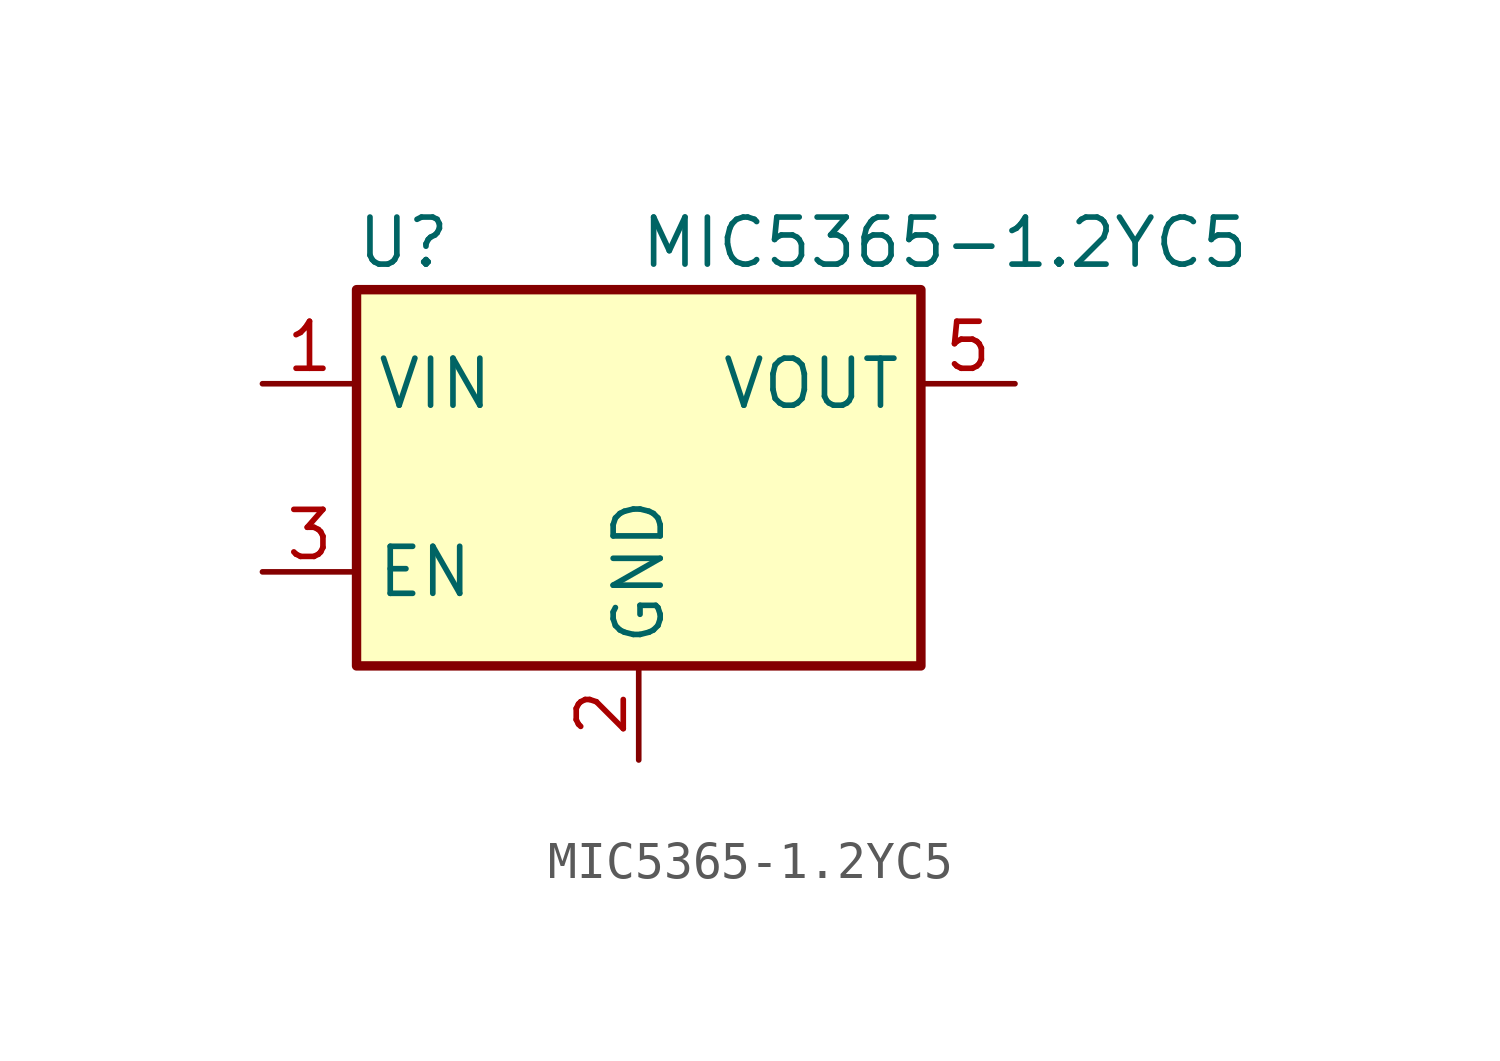
<source format=kicad_sym>
(kicad_symbol_lib
  (version 20211014)
  (generator kicad_symbol_editor)
  (symbol "MIC5365-1.2YC5"
    (property "Reference" "U"
      (at -6.35 6.35 0)
      (effects (font (size 1.27 1.27))))
    (property "Value" "MIC5365-1.2YC5"
      (at 0 6.35 0)
      (effects (font (size 1.27 1.27)) (justify left)))
    (symbol "MIC5365-1.2YC5_0_1"
      (rectangle (start -7.62 -5.08) (end 7.62 5.08) (stroke (width 0.254) (type default) (color 0 0 0 0)) (fill (type background))))
    (symbol "MIC5365-1.2YC5_1_1"
      (pin power_in line (at -10.16 2.54 0) (length 2.54) (name "VIN" (effects (font (size 1.27 1.27)))) (number "1" (effects (font (size 1.27 1.27)))))
      (pin power_in line (at 0 -7.62 90) (length 2.54) (name "GND" (effects (font (size 1.27 1.27)))) (number "2" (effects (font (size 1.27 1.27)))))
      (pin input line (at -10.16 -2.54 0) (length 2.54) (name "EN" (effects (font (size 1.27 1.27)))) (number "3" (effects (font (size 1.27 1.27)))))
      (pin no_connect line (at 7.62 -2.54 180) (length 2.54) hide (name "NC" (effects (font (size 1.27 1.27)))) (number "4" (effects (font (size 1.27 1.27)))))
      (pin power_out line (at 10.16 2.54 180) (length 2.54) (name "VOUT" (effects (font (size 1.27 1.27)))) (number "5" (effects (font (size 1.27 1.27))))))))
</source>
